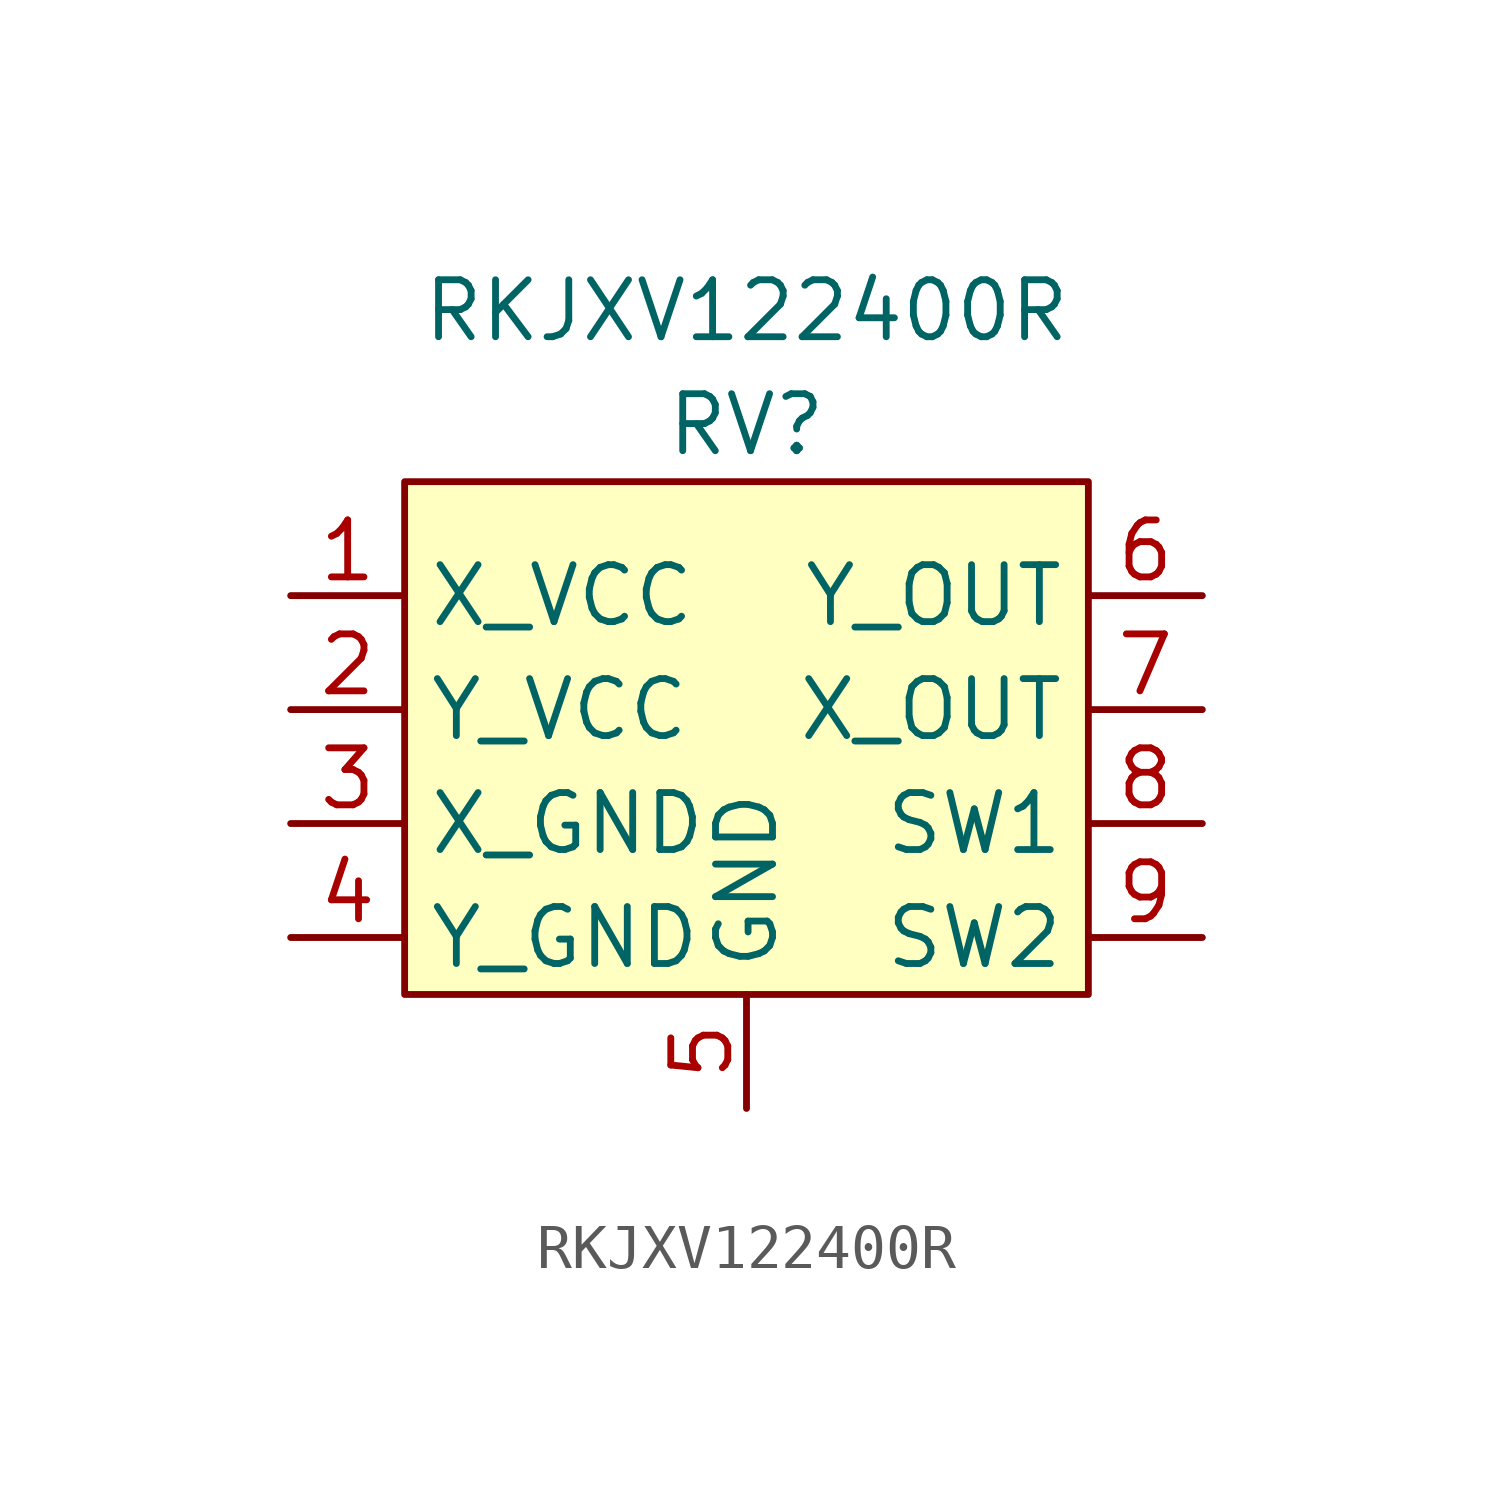
<source format=kicad_sym>
(kicad_symbol_lib
  (version 20211014)
  (generator kicad_symbol_editor)
  (symbol "RKJXV122400R"
    (property "Reference" "RV"
      (at 0 -2.54 0)
      (effects (font (size 1.27 1.27))))
    (property "Value" "RKJXV122400R"
      (at 0 0 0)
      (effects (font (size 1.27 1.27))))
    (symbol "RKJXV122400R_0_1"
      (rectangle (start -7.62 -3.81) (end 7.62 -15.24) (stroke (width 0) (type default) (color 0 0 0 0)) (fill (type background))))
    (symbol "RKJXV122400R_1_1"
      (pin input line (at -10.16 -6.35 0) (length 2.54) (name "X_VCC" (effects (font (size 1.27 1.27)))) (number "1" (effects (font (size 1.27 1.27)))))
      (pin input line (at -10.16 -8.89 0) (length 2.54) (name "Y_VCC" (effects (font (size 1.27 1.27)))) (number "2" (effects (font (size 1.27 1.27)))))
      (pin input line (at -10.16 -11.43 0) (length 2.54) (name "X_GND" (effects (font (size 1.27 1.27)))) (number "3" (effects (font (size 1.27 1.27)))))
      (pin input line (at -10.16 -13.97 0) (length 2.54) (name "Y_GND" (effects (font (size 1.27 1.27)))) (number "4" (effects (font (size 1.27 1.27)))))
      (pin input line (at 0 -17.78 90) (length 2.54) (name "GND" (effects (font (size 1.27 1.27)))) (number "5" (effects (font (size 1.27 1.27)))))
      (pin input line (at 10.16 -6.35 180) (length 2.54) (name "Y_OUT" (effects (font (size 1.27 1.27)))) (number "6" (effects (font (size 1.27 1.27)))))
      (pin input line (at 10.16 -8.89 180) (length 2.54) (name "X_OUT" (effects (font (size 1.27 1.27)))) (number "7" (effects (font (size 1.27 1.27)))))
      (pin input line (at 10.16 -11.43 180) (length 2.54) (name "SW1" (effects (font (size 1.27 1.27)))) (number "8" (effects (font (size 1.27 1.27)))))
      (pin input line (at 10.16 -13.97 180) (length 2.54) (name "SW2" (effects (font (size 1.27 1.27)))) (number "9" (effects (font (size 1.27 1.27))))))))
</source>
